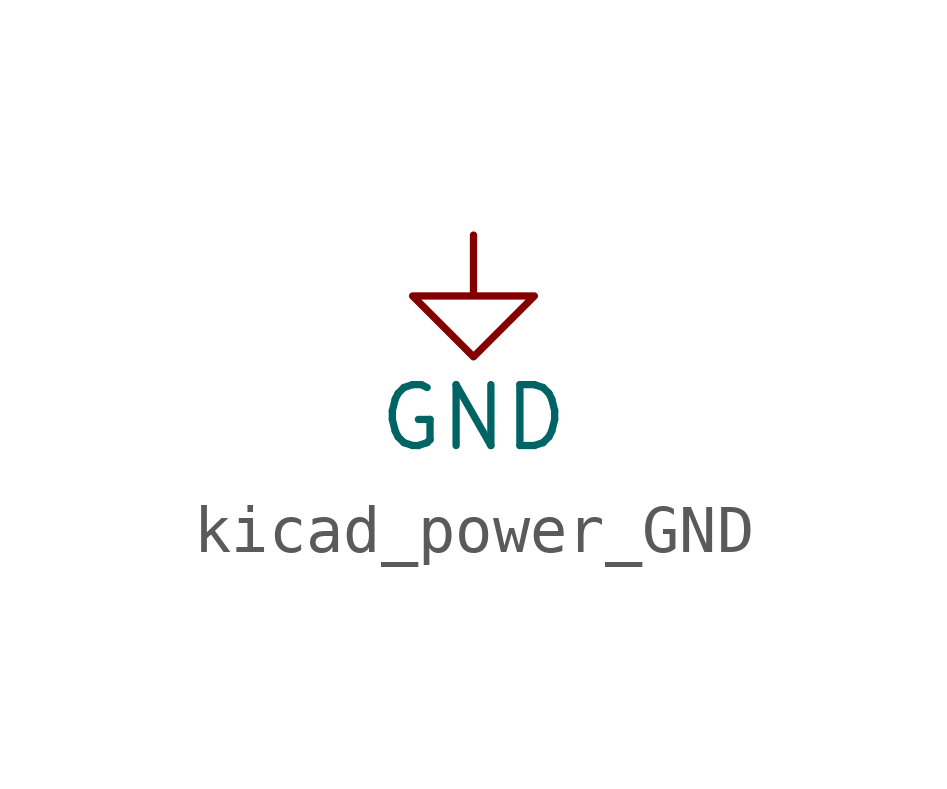
<source format=kicad_sym>
(kicad_symbol_lib
  (version 20220914)
  (generator kicad_symbol_editor)
  (symbol "kicad_power_GND"
    (power)
    (pin_names
      (offset 0))
    (property "Reference" "#PWR"
      (at 0 -6.35 0)
      (effects (font (size 1.27 1.27)) hide))
    (property "Value" "GND"
      (at 0 -3.81 0)
      (effects (font (size 1.27 1.27))))
    (symbol "kicad_power_GND_0_1"
      (polyline (pts (xy 0 0) (xy 0 -1.27) (xy 1.27 -1.27) (xy 0 -2.54) (xy -1.27 -1.27) (xy 0 -1.27)) (stroke (width 0) (type default)) (fill (type none))))
    (symbol "kicad_power_GND_1_1"
      (pin power_in line (at 0 0 270) (length 0) hide (name "GND" (effects (font (size 1.27 1.27)))) (number "1" (effects (font (size 1.27 1.27))))))))
</source>
